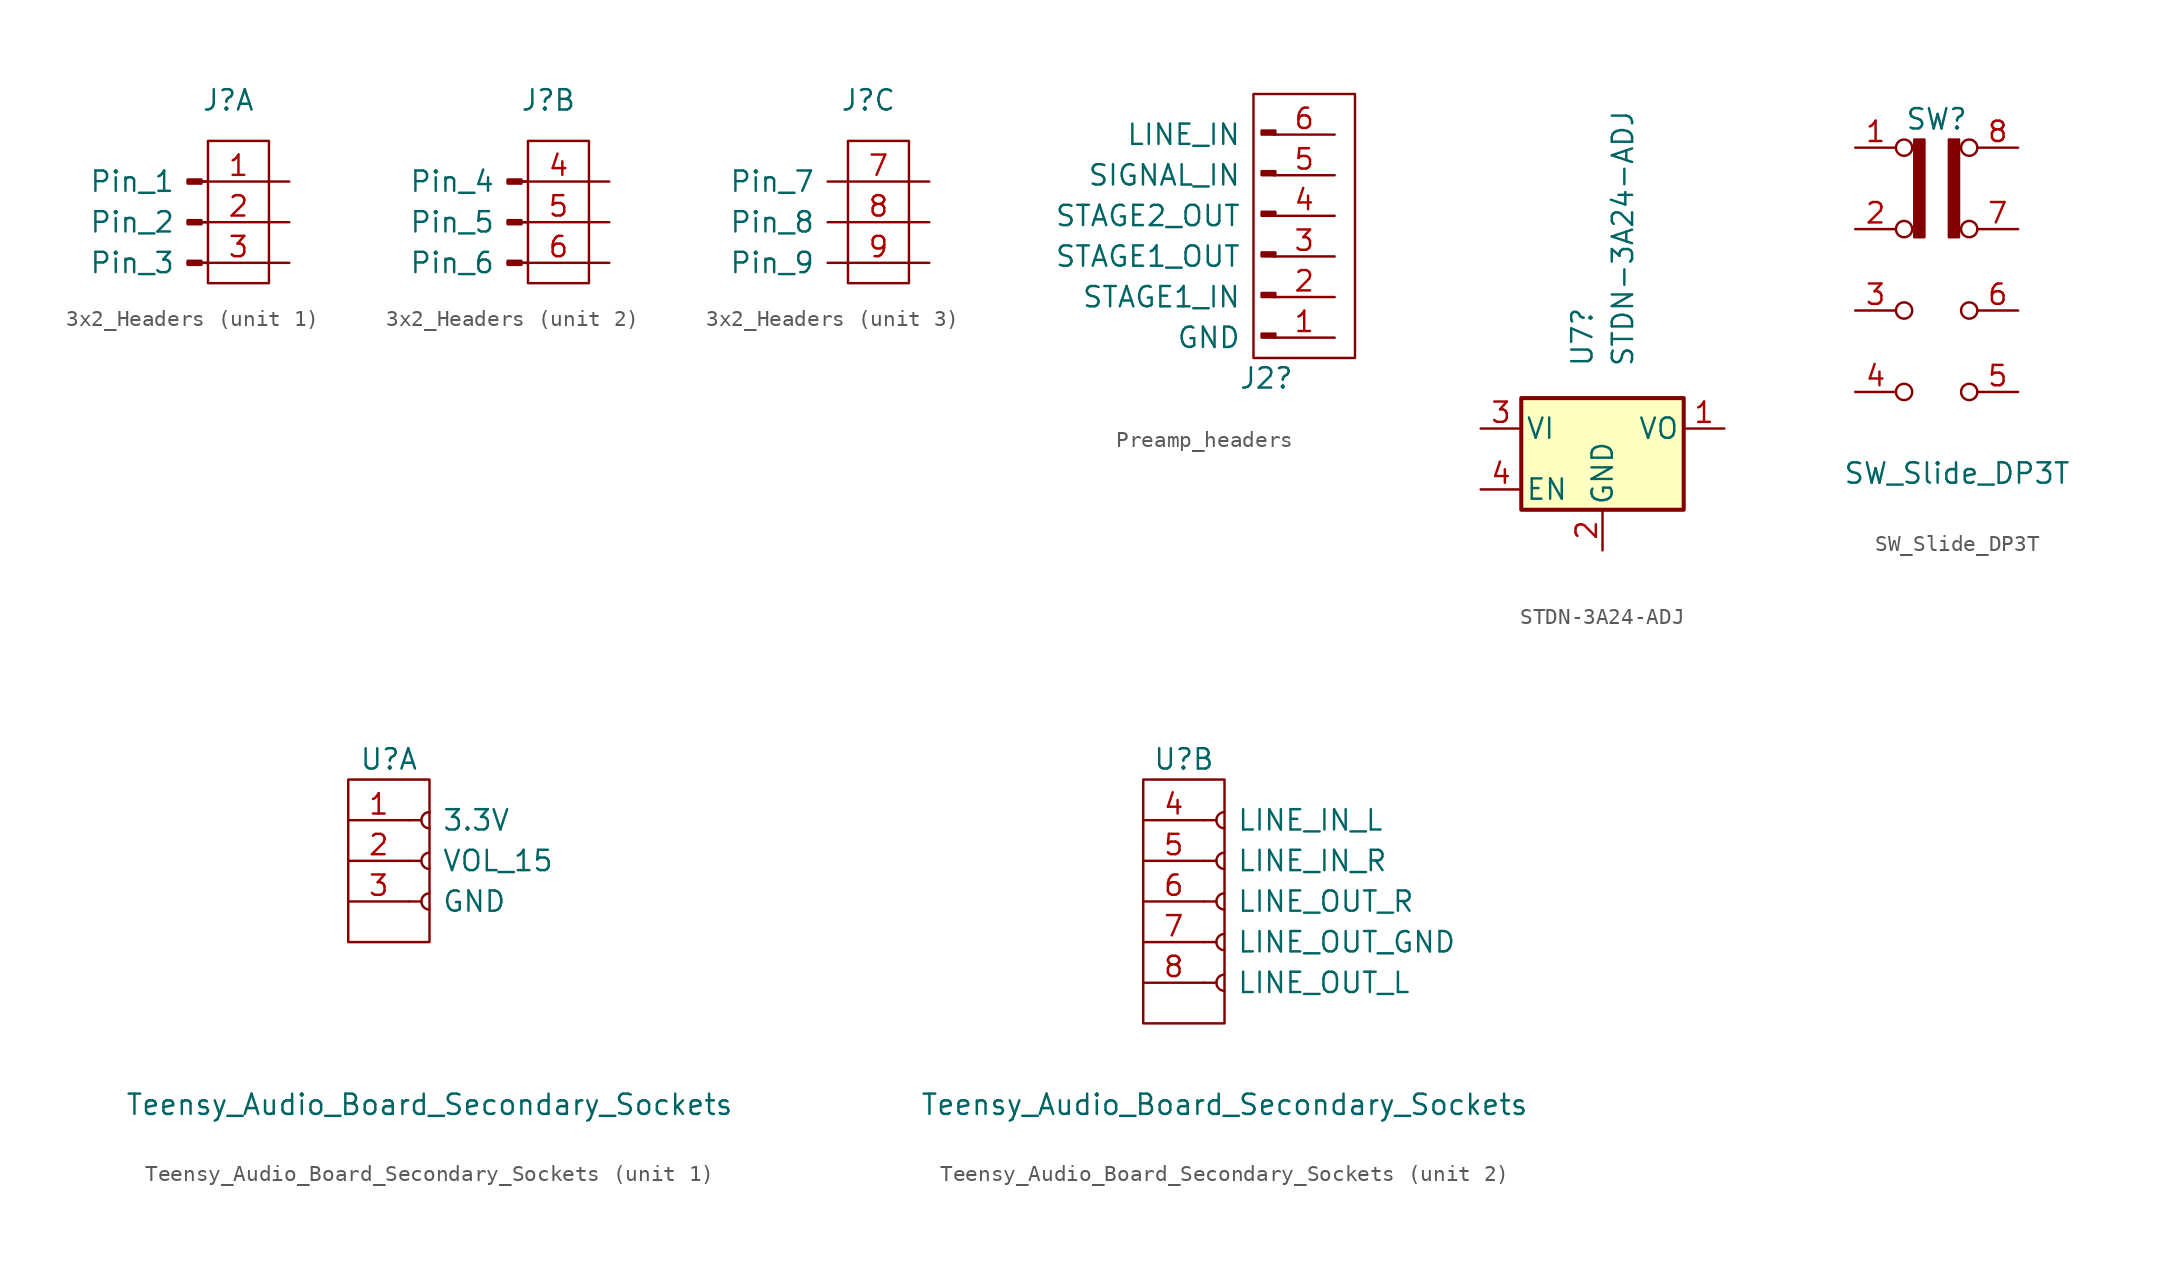
<source format=kicad_sym>
(kicad_symbol_lib
  (version 20231120)
  (generator "kicad_symbol_editor")
  (generator_version "8.0")
  (symbol "3x2_Headers"
    (pin_names
      (offset 0.762))
    (property "Reference" "J"
      (at 2.54 6.35 0)
      (effects (font (size 1.27 1.27))))
    (property "Value" ""
      (at 0 0 0)
      (effects (font (size 1.27 1.27))))
    (symbol "3x2_Headers_0_1"
      (rectangle (start 5.08 3.81) (end 1.27 -5.08) (stroke (width 0) (type default)) (fill (type none))))
    (symbol "3x2_Headers_1_1"
      (polyline (pts (xy 1.27 -3.81) (xy 0.864 -3.81)) (stroke (width 0.152) (type default)) (fill (type none)))
      (polyline (pts (xy 1.27 -1.27) (xy 0.864 -1.27)) (stroke (width 0.152) (type default)) (fill (type none)))
      (polyline (pts (xy 1.27 1.27) (xy 0.864 1.27)) (stroke (width 0.152) (type default)) (fill (type none)))
      (rectangle (start 0.864 -3.683) (end 0 -3.937) (stroke (width 0.152) (type default)) (fill (type outline)))
      (rectangle (start 0.864 -1.143) (end 0 -1.397) (stroke (width 0.152) (type default)) (fill (type outline)))
      (rectangle (start 0.864 1.397) (end 0 1.143) (stroke (width 0.152) (type default)) (fill (type outline)))
      (pin passive line (at 6.35 1.27 180) (length 6.35) (name "Pin_1" (effects (font (size 1.27 1.27)))) (number "1" (effects (font (size 1.27 1.27)))))
      (pin passive line (at 6.35 -1.27 180) (length 6.35) (name "Pin_2" (effects (font (size 1.27 1.27)))) (number "2" (effects (font (size 1.27 1.27)))))
      (pin passive line (at 6.35 -3.81 180) (length 6.35) (name "Pin_3" (effects (font (size 1.27 1.27)))) (number "3" (effects (font (size 1.27 1.27))))))
    (symbol "3x2_Headers_2_1"
      (polyline (pts (xy 1.27 -3.81) (xy 0.864 -3.81)) (stroke (width 0.152) (type default)) (fill (type none)))
      (polyline (pts (xy 1.27 -1.27) (xy 0.864 -1.27)) (stroke (width 0.152) (type default)) (fill (type none)))
      (polyline (pts (xy 1.27 1.27) (xy 0.864 1.27)) (stroke (width 0.152) (type default)) (fill (type none)))
      (rectangle (start 0.864 -3.683) (end 0 -3.937) (stroke (width 0.152) (type default)) (fill (type outline)))
      (rectangle (start 0.864 -1.143) (end 0 -1.397) (stroke (width 0.152) (type default)) (fill (type outline)))
      (rectangle (start 0.864 1.397) (end 0 1.143) (stroke (width 0.152) (type default)) (fill (type outline)))
      (pin passive line (at 6.35 1.27 180) (length 6.35) (name "Pin_4" (effects (font (size 1.27 1.27)))) (number "4" (effects (font (size 1.27 1.27)))))
      (pin passive line (at 6.35 -1.27 180) (length 6.35) (name "Pin_5" (effects (font (size 1.27 1.27)))) (number "5" (effects (font (size 1.27 1.27)))))
      (pin passive line (at 6.35 -3.81 180) (length 6.35) (name "Pin_6" (effects (font (size 1.27 1.27)))) (number "6" (effects (font (size 1.27 1.27))))))
    (symbol "3x2_Headers_3_1"
      (pin passive line (at 6.35 1.27 180) (length 6.35) (name "Pin_7" (effects (font (size 1.27 1.27)))) (number "7" (effects (font (size 1.27 1.27)))))
      (pin passive line (at 6.35 -1.27 180) (length 6.35) (name "Pin_8" (effects (font (size 1.27 1.27)))) (number "8" (effects (font (size 1.27 1.27)))))
      (pin passive line (at 6.35 -3.81 180) (length 6.35) (name "Pin_9" (effects (font (size 1.27 1.27)))) (number "9" (effects (font (size 1.27 1.27)))))))
  (symbol "Preamp_headers"
    (pin_names
      (offset 2.032))
    (property "Reference" "J2"
      (at 2.54 -7.62 0)
      (effects (font (size 1.27 1.27)) (justify right)))
    (symbol "Preamp_headers_0_1"
      (rectangle (start 0 10.16) (end 6.35 -6.35) (stroke (width 0) (type default)) (fill (type none))))
    (symbol "Preamp_headers_1_1"
      (rectangle (start 0.508 -2.286) (end 1.372 -2.54) (stroke (width 0.152) (type default)) (fill (type outline)))
      (rectangle (start 0.508 0.254) (end 1.372 0) (stroke (width 0.152) (type default)) (fill (type outline)))
      (rectangle (start 0.508 2.794) (end 1.372 2.54) (stroke (width 0.152) (type default)) (fill (type outline)))
      (rectangle (start 0.508 7.874) (end 1.372 7.62) (stroke (width 0.152) (type default)) (fill (type outline)))
      (rectangle (start 1.372 -4.826) (end 0.508 -5.08) (stroke (width 0.152) (type default)) (fill (type outline)))
      (rectangle (start 1.372 5.334) (end 0.508 5.08) (stroke (width 0.152) (type default)) (fill (type outline)))
      (pin passive line (at 5.08 -5.08 180) (length 3.81) (name "GND" (effects (font (size 1.27 1.27)))) (number "1" (effects (font (size 1.27 1.27)))))
      (pin passive line (at 5.08 -2.54 180) (length 3.81) (name "STAGE1_IN" (effects (font (size 1.27 1.27)))) (number "2" (effects (font (size 1.27 1.27)))))
      (pin passive line (at 5.08 0 180) (length 3.81) (name "STAGE1_OUT" (effects (font (size 1.27 1.27)))) (number "3" (effects (font (size 1.27 1.27)))))
      (pin passive line (at 5.08 2.54 180) (length 3.81) (name "STAGE2_OUT" (effects (font (size 1.27 1.27)))) (number "4" (effects (font (size 1.27 1.27)))))
      (pin passive line (at 5.08 5.08 180) (length 3.81) (name "SIGNAL_IN" (effects (font (size 1.27 1.27)))) (number "5" (effects (font (size 1.27 1.27)))))
      (pin passive line (at 5.08 7.62 180) (length 3.81) (name "LINE_IN" (effects (font (size 1.27 1.27)))) (number "6" (effects (font (size 1.27 1.27)))))))
  (symbol "STDN-3A24-ADJ"
    (pin_names
      (offset 0.254))
    (property "Reference" "U7"
      (at -1.27 3.81 90)
      (effects (font (size 1.27 1.27)) (justify left)))
    (property "Value" "STDN-3A24-ADJ"
      (at 1.27 3.81 90)
      (effects (font (size 1.27 1.27)) (justify left)))
    (symbol "STDN-3A24-ADJ_0_1"
      (rectangle (start -5.08 1.905) (end 5.08 -5.08) (stroke (width 0.254) (type default)) (fill (type background))))
    (symbol "STDN-3A24-ADJ_1_1"
      (pin power_out line (at 7.62 0 180) (length 2.54) (name "VO" (effects (font (size 1.27 1.27)))) (number "1" (effects (font (size 1.27 1.27)))))
      (pin power_in line (at 0 -7.62 90) (length 2.54) (name "GND" (effects (font (size 1.27 1.27)))) (number "2" (effects (font (size 1.27 1.27)))))
      (pin power_in line (at -7.62 0 0) (length 2.54) (name "VI" (effects (font (size 1.27 1.27)))) (number "3" (effects (font (size 1.27 1.27)))))
      (pin power_in line (at -7.62 -3.81 0) (length 2.54) (name "EN" (effects (font (size 1.27 1.27)))) (number "4" (effects (font (size 1.27 1.27)))))))
  (symbol "SW_Slide_DP3T"
    (pin_names
      (offset 0) hide)
    (property "Reference" "SW"
      (at 0 6.858 0)
      (effects (font (size 1.27 1.27))))
    (property "Value" "SW_Slide_DP3T"
      (at 1.27 -15.24 0)
      (effects (font (size 1.27 1.27))))
    (symbol "SW_Slide_DP3T_0_0"
      (circle (center -2.032 -10.16) (radius 0.508) (stroke (width 0) (type default)) (fill (type none)))
      (circle (center -2.032 -5.08) (radius 0.508) (stroke (width 0) (type default)) (fill (type none)))
      (circle (center -2.032 5.08) (radius 0.508) (stroke (width 0) (type default)) (fill (type none)))
      (circle (center 2.032 -10.16) (radius 0.508) (stroke (width 0) (type default)) (fill (type none)))
      (circle (center 2.032 -5.08) (radius 0.508) (stroke (width 0) (type default)) (fill (type none)))
      (circle (center 2.032 0) (radius 0.508) (stroke (width 0) (type default)) (fill (type none))))
    (symbol "SW_Slide_DP3T_0_1"
      (circle (center -2.032 0) (radius 0.508) (stroke (width 0) (type default)) (fill (type none)))
      (circle (center 2.032 5.08) (radius 0.508) (stroke (width 0) (type default)) (fill (type none))))
    (symbol "SW_Slide_DP3T_1_1"
      (rectangle (start -1.397 5.588) (end -0.762 -0.508) (stroke (width 0) (type default)) (fill (type outline)))
      (rectangle (start 0.762 5.588) (end 1.397 -0.508) (stroke (width 0) (type default)) (fill (type outline)))
      (pin passive line (at -5.08 5.08 0) (length 2.54) (name "A" (effects (font (size 1.27 1.27)))) (number "1" (effects (font (size 1.27 1.27)))))
      (pin passive line (at -5.08 0 0) (length 2.54) (name "B" (effects (font (size 1.27 1.27)))) (number "2" (effects (font (size 1.27 1.27)))))
      (pin passive line (at -5.08 -5.08 0) (length 2.54) (name "C" (effects (font (size 1.27 1.27)))) (number "3" (effects (font (size 1.27 1.27)))))
      (pin passive line (at -5.08 -10.16 0) (length 2.54) (name "D" (effects (font (size 1.27 1.27)))) (number "4" (effects (font (size 1.27 1.27)))))
      (pin passive line (at 5.08 -10.16 180) (length 2.54) (name "5" (effects (font (size 1.27 1.27)))) (number "5" (effects (font (size 1.27 1.27)))))
      (pin passive line (at 5.08 -5.08 180) (length 2.54) (name "A" (effects (font (size 1.27 1.27)))) (number "6" (effects (font (size 1.27 1.27)))))
      (pin passive line (at 5.08 0 180) (length 2.54) (name "B" (effects (font (size 1.27 1.27)))) (number "7" (effects (font (size 1.27 1.27)))))
      (pin passive line (at 5.08 5.08 180) (length 2.54) (name "C" (effects (font (size 1.27 1.27)))) (number "8" (effects (font (size 1.27 1.27)))))))
  (symbol "Teensy_Audio_Board_Secondary_Sockets"
    (pin_names
      (offset 2.032))
    (property "Reference" "U"
      (at -2.54 8.89 0)
      (effects (font (size 1.27 1.27))))
    (property "Value" "Teensy_Audio_Board_Secondary_Sockets"
      (at 0 -12.7 0)
      (effects (font (size 1.27 1.27))))
    (property "ki_locked" ""
      (at 0 0 0)
      (effects (font (size 1.27 1.27))))
    (symbol "Teensy_Audio_Board_Secondary_Sockets_1_1"
      (rectangle (start -5.08 7.62) (end 0 -2.54) (stroke (width 0) (type default)) (fill (type none)))
      (polyline (pts (xy -1.27 0) (xy -0.508 0)) (stroke (width 0.152) (type default)) (fill (type none)))
      (polyline (pts (xy -1.27 2.54) (xy -0.508 2.54)) (stroke (width 0.152) (type default)) (fill (type none)))
      (polyline (pts (xy -1.27 5.08) (xy -0.508 5.08)) (stroke (width 0.152) (type default)) (fill (type none)))
      (arc (start 0 0.508) (mid -0.5058 0) (end 0 -0.508) (stroke (width 0.1524) (type default)) (fill (type none)))
      (arc (start 0 3.048) (mid -0.5058 2.54) (end 0 2.032) (stroke (width 0.1524) (type default)) (fill (type none)))
      (arc (start 0 5.588) (mid -0.5058 5.08) (end 0 4.572) (stroke (width 0.1524) (type default)) (fill (type none)))
      (pin input line (at -5.08 5.08 0) (length 3.81) (name "3.3V" (effects (font (size 1.27 1.27)))) (number "1" (effects (font (size 1.27 1.27)))))
      (pin passive line (at -5.08 2.54 0) (length 3.81) (name "VOL_15" (effects (font (size 1.27 1.27)))) (number "2" (effects (font (size 1.27 1.27)))))
      (pin input line (at -5.08 0 0) (length 3.81) (name "GND" (effects (font (size 1.27 1.27)))) (number "3" (effects (font (size 1.27 1.27))))))
    (symbol "Teensy_Audio_Board_Secondary_Sockets_2_1"
      (rectangle (start -5.08 7.62) (end 0 -7.62) (stroke (width 0) (type default)) (fill (type none)))
      (arc (start 0 -4.572) (mid -0.5058 -5.08) (end 0 -5.588) (stroke (width 0.1524) (type default)) (fill (type none)))
      (arc (start 0 -2.032) (mid -0.5058 -2.54) (end 0 -3.048) (stroke (width 0.1524) (type default)) (fill (type none)))
      (polyline (pts (xy -1.27 -5.08) (xy -0.508 -5.08)) (stroke (width 0.152) (type default)) (fill (type none)))
      (polyline (pts (xy -1.27 -2.54) (xy -0.508 -2.54)) (stroke (width 0.152) (type default)) (fill (type none)))
      (polyline (pts (xy -1.27 0) (xy -0.508 0)) (stroke (width 0.152) (type default)) (fill (type none)))
      (polyline (pts (xy -1.27 2.54) (xy -0.508 2.54)) (stroke (width 0.152) (type default)) (fill (type none)))
      (polyline (pts (xy -1.27 5.08) (xy -0.508 5.08)) (stroke (width 0.152) (type default)) (fill (type none)))
      (arc (start 0 0.508) (mid -0.5058 0) (end 0 -0.508) (stroke (width 0.1524) (type default)) (fill (type none)))
      (arc (start 0 3.048) (mid -0.5058 2.54) (end 0 2.032) (stroke (width 0.1524) (type default)) (fill (type none)))
      (arc (start 0 5.588) (mid -0.5058 5.08) (end 0 4.572) (stroke (width 0.1524) (type default)) (fill (type none)))
      (pin input line (at -5.08 5.08 0) (length 3.81) (name "LINE_IN_L" (effects (font (size 1.27 1.27)))) (number "4" (effects (font (size 1.27 1.27)))))
      (pin input line (at -5.08 2.54 0) (length 3.81) (name "LINE_IN_R" (effects (font (size 1.27 1.27)))) (number "5" (effects (font (size 1.27 1.27)))))
      (pin output line (at -5.08 0 0) (length 3.81) (name "LINE_OUT_R" (effects (font (size 1.27 1.27)))) (number "6" (effects (font (size 1.27 1.27)))))
      (pin passive line (at -5.08 -2.54 0) (length 3.81) (name "LINE_OUT_GND" (effects (font (size 1.27 1.27)))) (number "7" (effects (font (size 1.27 1.27)))))
      (pin output line (at -5.08 -5.08 0) (length 3.81) (name "LINE_OUT_L" (effects (font (size 1.27 1.27)))) (number "8" (effects (font (size 1.27 1.27))))))))
</source>
